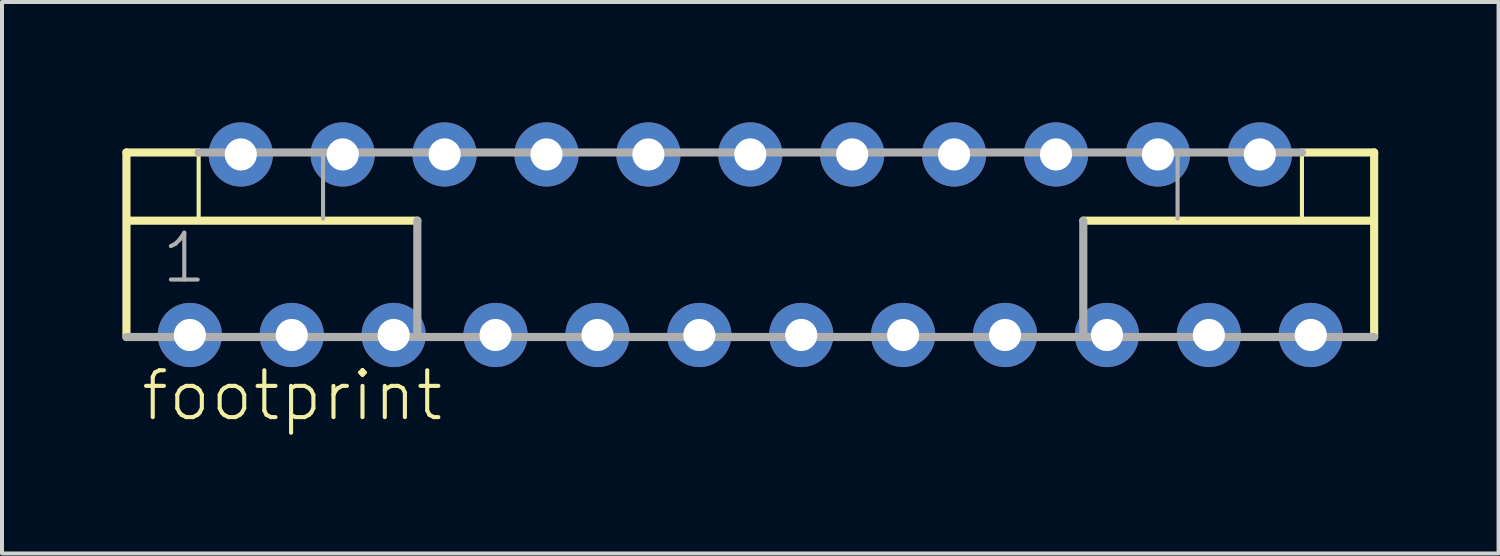
<source format=kicad_pcb>
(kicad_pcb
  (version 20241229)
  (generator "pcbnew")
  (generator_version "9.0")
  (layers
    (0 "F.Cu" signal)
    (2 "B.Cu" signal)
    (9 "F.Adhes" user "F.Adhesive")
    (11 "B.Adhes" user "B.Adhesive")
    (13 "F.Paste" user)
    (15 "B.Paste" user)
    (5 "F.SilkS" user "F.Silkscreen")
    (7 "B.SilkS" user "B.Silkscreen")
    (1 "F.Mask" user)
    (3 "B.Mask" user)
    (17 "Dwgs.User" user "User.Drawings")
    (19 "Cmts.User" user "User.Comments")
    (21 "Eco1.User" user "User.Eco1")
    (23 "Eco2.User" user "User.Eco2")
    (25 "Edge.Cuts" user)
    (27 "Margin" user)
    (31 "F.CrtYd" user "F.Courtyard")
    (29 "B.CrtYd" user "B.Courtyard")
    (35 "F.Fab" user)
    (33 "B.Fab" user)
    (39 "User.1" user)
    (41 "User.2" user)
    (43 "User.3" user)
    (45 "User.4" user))
  (footprint "footprint"
    (layer "F.Cu")
    (at 15.652 3.05)
    (property "Reference" "footprint" (at -15.24 4.445 0) (layer "F.SilkS") (effects (font (size 1.168 1.168) (thickness 0.102)) (justify left bottom)))
    (fp_line (start -15.55 -2.3) (end -13.75 -2.3) (stroke (width 0.203) (type solid)) (layer "F.SilkS"))
    (fp_line (start -15.55 2.3) (end -15.55 -2.3) (stroke (width 0.203) (type solid)) (layer "F.SilkS"))
    (fp_line (start -15.5 -0.6) (end -8.3 -0.6) (stroke (width 0.203) (type solid)) (layer "F.SilkS"))
    (fp_line (start -13.75 -2.3) (end -13.75 -0.65) (stroke (width 0.102) (type solid)) (layer "F.SilkS"))
    (fp_line (start 13.75 -2.3) (end 13.75 -0.65) (stroke (width 0.102) (type solid)) (layer "F.SilkS"))
    (fp_line (start 13.75 -2.3) (end 15.55 -2.3) (stroke (width 0.203) (type solid)) (layer "F.SilkS"))
    (fp_line (start 15.45 -0.6) (end 8.3 -0.6) (stroke (width 0.203) (type solid)) (layer "F.SilkS"))
    (fp_line (start 15.55 -2.3) (end 15.55 2.3) (stroke (width 0.203) (type solid)) (layer "F.SilkS"))
    (fp_line (start -13.75 -2.3) (end 13.75 -2.3) (stroke (width 0.203) (type solid)) (layer "F.Fab"))
    (fp_line (start -10.65 -2.25) (end -10.65 -0.65) (stroke (width 0.102) (type solid)) (layer "F.Fab"))
    (fp_line (start -8.3 -0.6) (end -8.3 2.2) (stroke (width 0.203) (type solid)) (layer "F.Fab"))
    (fp_line (start 8.3 -0.6) (end 8.3 2.2) (stroke (width 0.203) (type solid)) (layer "F.Fab"))
    (fp_line (start 10.65 -2.25) (end 10.65 -0.65) (stroke (width 0.102) (type solid)) (layer "F.Fab"))
    (fp_line (start 15.55 2.3) (end -15.55 2.3) (stroke (width 0.203) (type solid)) (layer "F.Fab"))
    (fp_text user "1" (at -14.732 1.016 0) (layer "F.Fab") (effects (font (size 1.168 1.168) (thickness 0.102)) (justify left bottom)))
    (pad "1" thru_hole circle (at -13.97 2.25) (size 1.6 1.6) (drill 0.8) (layers "*.Cu" "*.Mask"))
    (pad "2" thru_hole circle (at -12.7 -2.25) (size 1.6 1.6) (drill 0.8) (layers "*.Cu" "*.Mask"))
    (pad "3" thru_hole circle (at -11.43 2.25) (size 1.6 1.6) (drill 0.8) (layers "*.Cu" "*.Mask"))
    (pad "4" thru_hole circle (at -10.16 -2.25) (size 1.6 1.6) (drill 0.8) (layers "*.Cu" "*.Mask"))
    (pad "5" thru_hole circle (at -8.89 2.25) (size 1.6 1.6) (drill 0.8) (layers "*.Cu" "*.Mask"))
    (pad "6" thru_hole circle (at -7.62 -2.25) (size 1.6 1.6) (drill 0.8) (layers "*.Cu" "*.Mask"))
    (pad "7" thru_hole circle (at -6.35 2.25) (size 1.6 1.6) (drill 0.8) (layers "*.Cu" "*.Mask"))
    (pad "8" thru_hole circle (at -5.08 -2.25) (size 1.6 1.6) (drill 0.8) (layers "*.Cu" "*.Mask"))
    (pad "9" thru_hole circle (at -3.81 2.25) (size 1.6 1.6) (drill 0.8) (layers "*.Cu" "*.Mask"))
    (pad "10" thru_hole circle (at -2.54 -2.25) (size 1.6 1.6) (drill 0.8) (layers "*.Cu" "*.Mask"))
    (pad "11" thru_hole circle (at -1.27 2.25) (size 1.6 1.6) (drill 0.8) (layers "*.Cu" "*.Mask"))
    (pad "12" thru_hole circle (at 0 -2.25) (size 1.6 1.6) (drill 0.8) (layers "*.Cu" "*.Mask"))
    (pad "13" thru_hole circle (at 1.27 2.25) (size 1.6 1.6) (drill 0.8) (layers "*.Cu" "*.Mask"))
    (pad "14" thru_hole circle (at 2.54 -2.25) (size 1.6 1.6) (drill 0.8) (layers "*.Cu" "*.Mask"))
    (pad "15" thru_hole circle (at 3.81 2.25) (size 1.6 1.6) (drill 0.8) (layers "*.Cu" "*.Mask"))
    (pad "16" thru_hole circle (at 5.08 -2.25) (size 1.6 1.6) (drill 0.8) (layers "*.Cu" "*.Mask"))
    (pad "17" thru_hole circle (at 6.35 2.25) (size 1.6 1.6) (drill 0.8) (layers "*.Cu" "*.Mask"))
    (pad "18" thru_hole circle (at 7.62 -2.25) (size 1.6 1.6) (drill 0.8) (layers "*.Cu" "*.Mask"))
    (pad "19" thru_hole circle (at 8.89 2.25) (size 1.6 1.6) (drill 0.8) (layers "*.Cu" "*.Mask"))
    (pad "20" thru_hole circle (at 10.16 -2.25) (size 1.6 1.6) (drill 0.8) (layers "*.Cu" "*.Mask"))
    (pad "21" thru_hole circle (at 11.43 2.25) (size 1.6 1.6) (drill 0.8) (layers "*.Cu" "*.Mask"))
    (pad "22" thru_hole circle (at 12.7 -2.25) (size 1.6 1.6) (drill 0.8) (layers "*.Cu" "*.Mask"))
    (pad "23" thru_hole circle (at 13.97 2.25) (size 1.6 1.6) (drill 0.8) (layers "*.Cu" "*.Mask")))
  (gr_rect
    (start -3 -3)
    (end 34.303 10.745)
    (stroke (width 0.1) (type default))
    (fill no)
    (layer "Edge.Cuts")))
</source>
